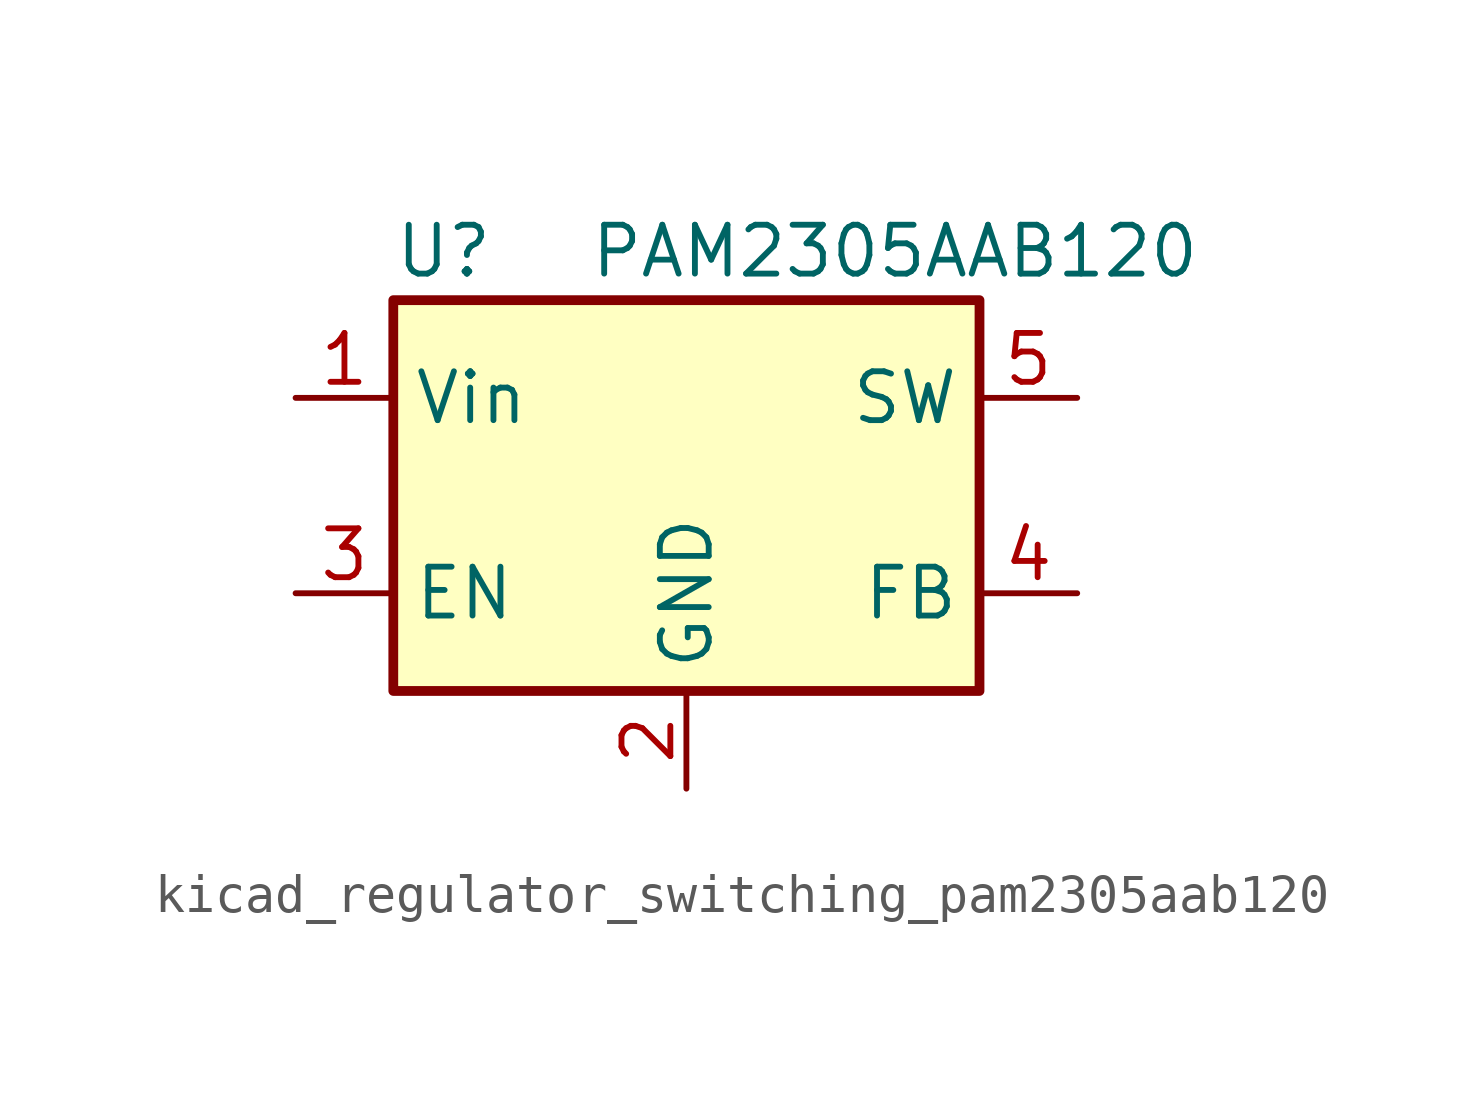
<source format=kicad_sym>
(kicad_symbol_lib
  (version 20220914)
  (generator kicad_symbol_editor)
  (symbol "kicad_regulator_switching_pam2305aab120"
    (property "Reference" "U"
      (at -7.62 6.35 0)
      (effects (font (size 1.27 1.27)) (justify left)))
    (property "Value" "PAM2305AAB120"
      (at -2.54 6.35 0)
      (effects (font (size 1.27 1.27)) (justify left)))
    (symbol "kicad_regulator_switching_pam2305aab120_0_1"
      (rectangle (start -7.62 5.08) (end 7.62 -5.08) (stroke (width 0.254) (type default)) (fill (type background))))
    (symbol "kicad_regulator_switching_pam2305aab120_1_1"
      (pin power_in line (at -10.16 2.54 0) (length 2.54) (name "Vin" (effects (font (size 1.27 1.27)))) (number "1" (effects (font (size 1.27 1.27)))))
      (pin power_in line (at 0 -7.62 90) (length 2.54) (name "GND" (effects (font (size 1.27 1.27)))) (number "2" (effects (font (size 1.27 1.27)))))
      (pin input line (at -10.16 -2.54 0) (length 2.54) (name "EN" (effects (font (size 1.27 1.27)))) (number "3" (effects (font (size 1.27 1.27)))))
      (pin input line (at 10.16 -2.54 180) (length 2.54) (name "FB" (effects (font (size 1.27 1.27)))) (number "4" (effects (font (size 1.27 1.27)))))
      (pin output line (at 10.16 2.54 180) (length 2.54) (name "SW" (effects (font (size 1.27 1.27)))) (number "5" (effects (font (size 1.27 1.27))))))))
</source>
